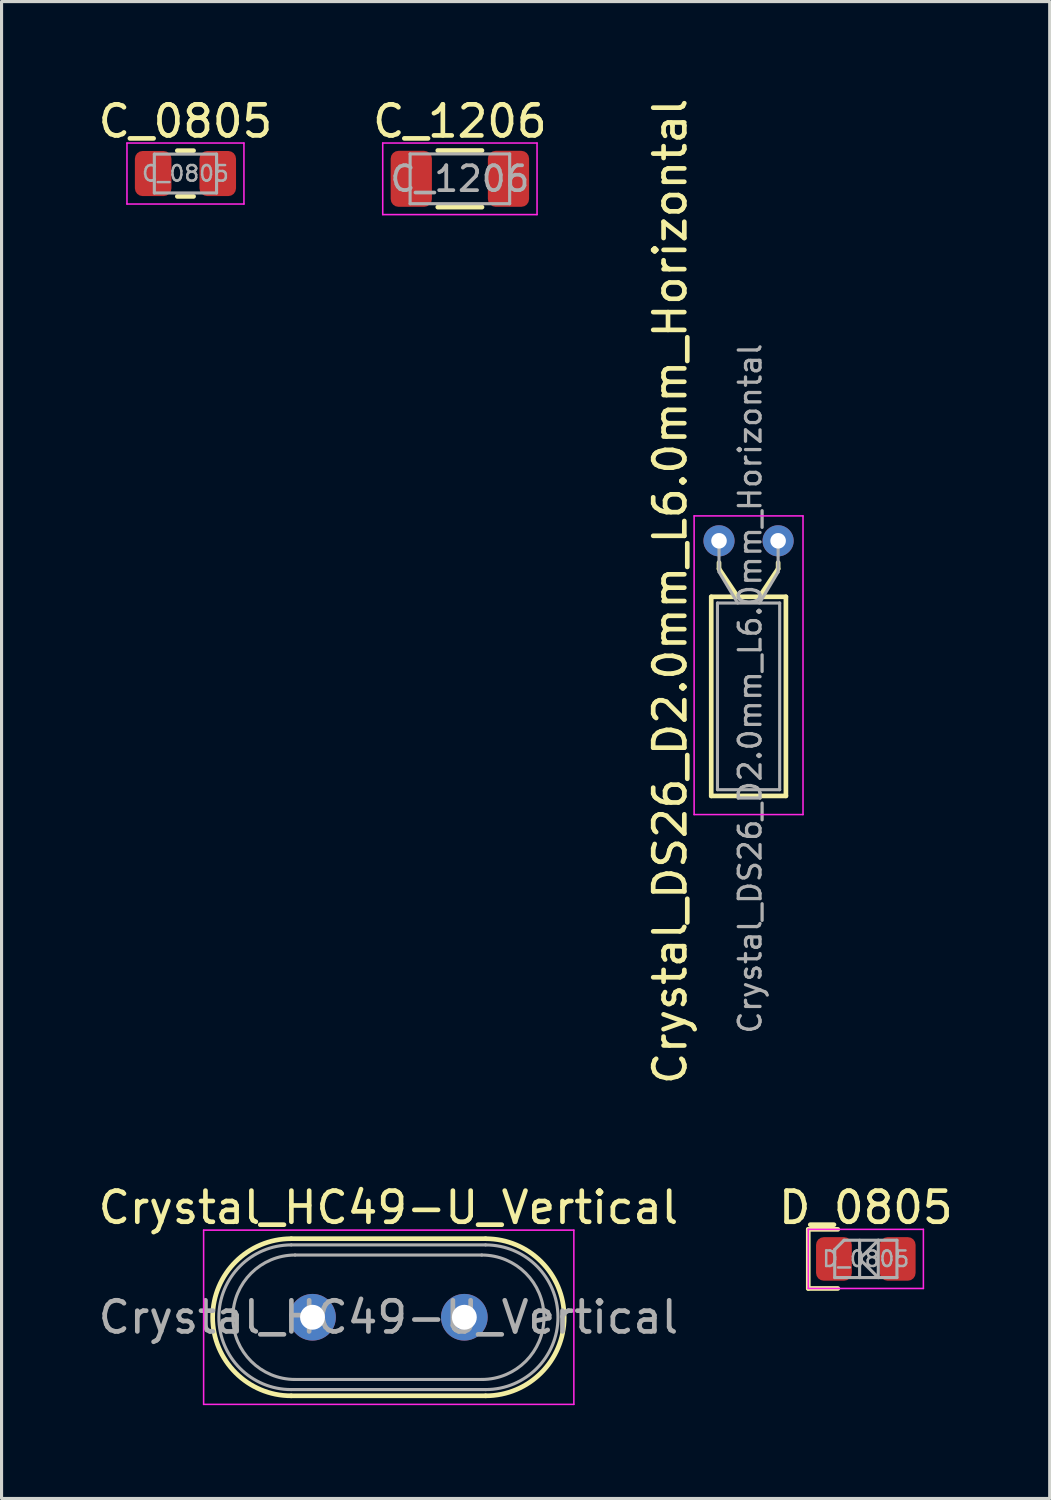
<source format=kicad_pcb>
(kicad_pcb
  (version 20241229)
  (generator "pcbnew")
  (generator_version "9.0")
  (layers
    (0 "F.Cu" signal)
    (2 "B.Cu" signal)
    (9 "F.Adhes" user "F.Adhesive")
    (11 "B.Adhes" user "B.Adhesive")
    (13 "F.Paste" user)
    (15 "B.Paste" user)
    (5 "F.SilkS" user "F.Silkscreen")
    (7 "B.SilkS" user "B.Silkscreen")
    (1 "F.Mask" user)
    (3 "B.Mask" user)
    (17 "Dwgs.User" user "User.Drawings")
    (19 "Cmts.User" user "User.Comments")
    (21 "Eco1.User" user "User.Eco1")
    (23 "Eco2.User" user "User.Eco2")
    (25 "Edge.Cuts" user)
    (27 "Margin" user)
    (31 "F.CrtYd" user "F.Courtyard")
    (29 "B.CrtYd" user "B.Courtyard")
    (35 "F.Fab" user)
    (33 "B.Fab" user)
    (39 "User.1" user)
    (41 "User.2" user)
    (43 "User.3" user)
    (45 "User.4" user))
  (footprint "D_0805"
    (layer "F.Cu")
    (at 24.78 37.415)
    (property "Reference" "D_0805" (at 0 -1.65 0) (layer "F.SilkS") (effects (font (size 1 1) (thickness 0.15))))
    (attr smd)
    (fp_line (start -1.85 -0.95) (end -1.85 0.95) (stroke (width 0.15) (type default)) (layer "F.SilkS"))
    (fp_line (start -1.85 -0.95) (end -0.9 -0.95) (stroke (width 0.15) (type default)) (layer "F.SilkS"))
    (fp_line (start -1.85 0.95) (end -0.9 0.95) (stroke (width 0.15) (type default)) (layer "F.SilkS"))
    (fp_line (start -1.85 -0.95) (end 1.85 -0.95) (stroke (width 0.05) (type solid)) (layer "F.CrtYd"))
    (fp_line (start -1.85 0.95) (end -1.85 -0.95) (stroke (width 0.05) (type solid)) (layer "F.CrtYd"))
    (fp_line (start 1.85 -0.95) (end 1.85 0.95) (stroke (width 0.05) (type solid)) (layer "F.CrtYd"))
    (fp_line (start 1.85 0.95) (end -1.85 0.95) (stroke (width 0.05) (type solid)) (layer "F.CrtYd"))
    (fp_line (start -1 -0.3) (end -1 0.6) (stroke (width 0.1) (type solid)) (layer "F.Fab"))
    (fp_line (start -1 0.6) (end 1 0.6) (stroke (width 0.1) (type solid)) (layer "F.Fab"))
    (fp_line (start -0.7 -0.6) (end -1 -0.3) (stroke (width 0.1) (type solid)) (layer "F.Fab"))
    (fp_line (start -0.2 -0.6) (end -0.2 0.6) (stroke (width 0.1) (type default)) (layer "F.Fab"))
    (fp_line (start -0.2 0) (end 0.4 0.6) (stroke (width 0.1) (type default)) (layer "F.Fab"))
    (fp_line (start 0.4 -0.6) (end -0.2 0) (stroke (width 0.1) (type default)) (layer "F.Fab"))
    (fp_line (start 0.4 0.6) (end 0.4 -0.6) (stroke (width 0.1) (type default)) (layer "F.Fab"))
    (fp_line (start 1 -0.6) (end -0.7 -0.6) (stroke (width 0.1) (type solid)) (layer "F.Fab"))
    (fp_line (start 1 0.6) (end 1 -0.6) (stroke (width 0.1) (type solid)) (layer "F.Fab"))
    (fp_text user "${REFERENCE}" (at 0 0 0) (layer "F.Fab") (effects (font (size 0.5 0.5) (thickness 0.08))))
    (pad "1" smd roundrect (at -1.025 0) (size 1.15 1.4) (layers "F.Cu" "F.Mask" "F.Paste") (roundrect_rratio 0.217))
    (pad "2" smd roundrect (at 1.025 0) (size 1.15 1.4) (layers "F.Cu" "F.Mask" "F.Paste") (roundrect_rratio 0.217)))
  (footprint "C_0805"
    (layer "F.Cu")
    (at 2.911 2.528)
    (property "Reference" "C_0805" (at 0 -1.68 0) (layer "F.SilkS") (effects (font (size 1 1) (thickness 0.15))))
    (attr smd)
    (fp_line (start -0.261 -0.735) (end 0.261 -0.735) (stroke (width 0.15) (type solid)) (layer "F.SilkS"))
    (fp_line (start -0.261 0.735) (end 0.261 0.735) (stroke (width 0.15) (type solid)) (layer "F.SilkS"))
    (fp_line (start -1.88 -0.98) (end 1.88 -0.98) (stroke (width 0.05) (type solid)) (layer "F.CrtYd"))
    (fp_line (start -1.88 0.98) (end -1.88 -0.98) (stroke (width 0.05) (type solid)) (layer "F.CrtYd"))
    (fp_line (start 1.88 -0.98) (end 1.88 0.98) (stroke (width 0.05) (type solid)) (layer "F.CrtYd"))
    (fp_line (start 1.88 0.98) (end -1.88 0.98) (stroke (width 0.05) (type solid)) (layer "F.CrtYd"))
    (fp_line (start -1 -0.625) (end 1 -0.625) (stroke (width 0.1) (type solid)) (layer "F.Fab"))
    (fp_line (start -1 0.625) (end -1 -0.625) (stroke (width 0.1) (type solid)) (layer "F.Fab"))
    (fp_line (start 1 -0.625) (end 1 0.625) (stroke (width 0.1) (type solid)) (layer "F.Fab"))
    (fp_line (start 1 0.625) (end -1 0.625) (stroke (width 0.1) (type solid)) (layer "F.Fab"))
    (fp_text user "${REFERENCE}" (at 0 0 0) (layer "F.Fab") (effects (font (size 0.5 0.5) (thickness 0.08))))
    (pad "1" smd roundrect (at -1.038 0) (size 1.175 1.45) (layers "F.Cu" "F.Mask" "F.Paste") (roundrect_rratio 0.213))
    (pad "2" smd roundrect (at 1.038 0) (size 1.175 1.45) (layers "F.Cu" "F.Mask" "F.Paste") (roundrect_rratio 0.213)))
  (footprint "Crystal_DS26_D2.0mm_L6.0mm_Horizontal"
    (layer "F.Cu")
    (at 21.011 18.333)
    (property "Reference" "Crystal_DS26_D2.0mm_L6.0mm_Horizontal" (at -2.52 -2.375 90) (layer "F.SilkS") (effects (font (size 1 1) (thickness 0.15))))
    (attr through_hole)
    (fp_line (start -1.2 -2.2) (end -1.2 4.2) (stroke (width 0.15) (type solid)) (layer "F.SilkS"))
    (fp_line (start -1.2 4.2) (end 1.2 4.2) (stroke (width 0.15) (type solid)) (layer "F.SilkS"))
    (fp_line (start -0.95 -3.1) (end -0.95 -3.3) (stroke (width 0.15) (type solid)) (layer "F.SilkS"))
    (fp_line (start -0.35 -2.2) (end -0.95 -3.1) (stroke (width 0.15) (type solid)) (layer "F.SilkS"))
    (fp_line (start 0.35 -2.2) (end 0.95 -3.1) (stroke (width 0.15) (type solid)) (layer "F.SilkS"))
    (fp_line (start 0.95 -3.1) (end 0.95 -3.3) (stroke (width 0.15) (type solid)) (layer "F.SilkS"))
    (fp_line (start 1.2 -2.2) (end -1.2 -2.2) (stroke (width 0.15) (type solid)) (layer "F.SilkS"))
    (fp_line (start 1.2 4.2) (end 1.2 -2.2) (stroke (width 0.15) (type solid)) (layer "F.SilkS"))
    (fp_line (start -1.75 -4.8) (end -1.75 4.8) (stroke (width 0.05) (type solid)) (layer "F.CrtYd"))
    (fp_line (start -1.75 4.8) (end 1.75 4.8) (stroke (width 0.05) (type solid)) (layer "F.CrtYd"))
    (fp_line (start 1.75 -4.8) (end -1.75 -4.8) (stroke (width 0.05) (type solid)) (layer "F.CrtYd"))
    (fp_line (start 1.75 4.8) (end 1.75 -4.8) (stroke (width 0.05) (type solid)) (layer "F.CrtYd"))
    (fp_line (start -1 -2) (end -1 4) (stroke (width 0.1) (type solid)) (layer "F.Fab"))
    (fp_line (start -1 4) (end 1 4) (stroke (width 0.1) (type solid)) (layer "F.Fab"))
    (fp_line (start -0.95 -3) (end -0.95 -4) (stroke (width 0.1) (type solid)) (layer "F.Fab"))
    (fp_line (start -0.35 -2) (end -0.95 -3) (stroke (width 0.1) (type solid)) (layer "F.Fab"))
    (fp_line (start 0.35 -2) (end 0.95 -3) (stroke (width 0.1) (type solid)) (layer "F.Fab"))
    (fp_line (start 0.95 -3) (end 0.95 -4) (stroke (width 0.1) (type solid)) (layer "F.Fab"))
    (fp_line (start 1 -2) (end -1 -2) (stroke (width 0.1) (type solid)) (layer "F.Fab"))
    (fp_line (start 1 4) (end 1 -2) (stroke (width 0.1) (type solid)) (layer "F.Fab"))
    (fp_text user "${REFERENCE}" (at 0.05 0.75 90) (layer "F.Fab") (effects (font (size 0.7 0.7) (thickness 0.105))))
    (pad "1" thru_hole circle (at -0.95 -4) (size 1 1) (drill 0.5) (layers "*.Cu" "*.Mask"))
    (pad "2" thru_hole circle (at 0.95 -4) (size 1 1) (drill 0.5) (layers "*.Cu" "*.Mask")))
  (footprint "Crystal_HC49-U_Vertical"
    (layer "F.Cu")
    (at 9.445 39.29)
    (property "Reference" "Crystal_HC49-U_Vertical" (at -0.01 -3.525 0) (layer "F.SilkS") (effects (font (size 1 1) (thickness 0.15))))
    (attr through_hole)
    (fp_line (start -3.135 -2.525) (end 3.115 -2.525) (stroke (width 0.15) (type solid)) (layer "F.SilkS"))
    (fp_line (start -3.135 2.525) (end 3.115 2.525) (stroke (width 0.15) (type solid)) (layer "F.SilkS"))
    (fp_arc (start -3.135 2.525) (mid -5.66 0) (end -3.135 -2.525) (stroke (width 0.15) (type solid)) (layer "F.SilkS"))
    (fp_arc (start 3.115 -2.525) (mid 5.64 0) (end 3.115 2.525) (stroke (width 0.15) (type solid)) (layer "F.SilkS"))
    (fp_line (start -5.95 -2.8) (end -5.95 2.8) (stroke (width 0.05) (type solid)) (layer "F.CrtYd"))
    (fp_line (start -5.95 2.8) (end 5.95 2.8) (stroke (width 0.05) (type solid)) (layer "F.CrtYd"))
    (fp_line (start 5.95 -2.8) (end -5.95 -2.8) (stroke (width 0.05) (type solid)) (layer "F.CrtYd"))
    (fp_line (start 5.95 2.8) (end 5.95 -2.8) (stroke (width 0.05) (type solid)) (layer "F.CrtYd"))
    (fp_line (start -3.135 -2.325) (end 3.115 -2.325) (stroke (width 0.1) (type solid)) (layer "F.Fab"))
    (fp_line (start -3.135 2.325) (end 3.115 2.325) (stroke (width 0.1) (type solid)) (layer "F.Fab"))
    (fp_line (start -3.01 -2) (end 2.99 -2) (stroke (width 0.1) (type solid)) (layer "F.Fab"))
    (fp_line (start -3.01 2) (end 2.99 2) (stroke (width 0.1) (type solid)) (layer "F.Fab"))
    (fp_arc (start -3.135 2.325) (mid -5.46 0) (end -3.135 -2.325) (stroke (width 0.1) (type solid)) (layer "F.Fab"))
    (fp_arc (start -3.01 2) (mid -5.01 0) (end -3.01 -2) (stroke (width 0.1) (type solid)) (layer "F.Fab"))
    (fp_arc (start 2.99 -2) (mid 4.99 0) (end 2.99 2) (stroke (width 0.1) (type solid)) (layer "F.Fab"))
    (fp_arc (start 3.115 -2.325) (mid 5.44 0) (end 3.115 2.325) (stroke (width 0.1) (type solid)) (layer "F.Fab"))
    (fp_text user "${REFERENCE}" (at -0.01 0 0) (layer "F.Fab") (effects (font (size 1 1) (thickness 0.15))))
    (pad "1" thru_hole circle (at -2.45 0) (size 1.5 1.5) (drill 0.8) (layers "*.Cu" "*.Mask"))
    (pad "2" thru_hole circle (at 2.43 0) (size 1.5 1.5) (drill 0.8) (layers "*.Cu" "*.Mask")))
  (footprint "C_1206"
    (layer "F.Cu")
    (at 11.732 2.698)
    (property "Reference" "C_1206" (at 0 -1.85 0) (layer "F.SilkS") (effects (font (size 1 1) (thickness 0.15))))
    (attr smd)
    (fp_line (start -0.711 -0.91) (end 0.711 -0.91) (stroke (width 0.15) (type solid)) (layer "F.SilkS"))
    (fp_line (start -0.711 0.91) (end 0.711 0.91) (stroke (width 0.15) (type solid)) (layer "F.SilkS"))
    (fp_line (start -2.48 -1.15) (end 2.48 -1.15) (stroke (width 0.05) (type solid)) (layer "F.CrtYd"))
    (fp_line (start -2.48 1.15) (end -2.48 -1.15) (stroke (width 0.05) (type solid)) (layer "F.CrtYd"))
    (fp_line (start 2.48 -1.15) (end 2.48 1.15) (stroke (width 0.05) (type solid)) (layer "F.CrtYd"))
    (fp_line (start 2.48 1.15) (end -2.48 1.15) (stroke (width 0.05) (type solid)) (layer "F.CrtYd"))
    (fp_line (start -1.6 -0.8) (end 1.6 -0.8) (stroke (width 0.1) (type solid)) (layer "F.Fab"))
    (fp_line (start -1.6 0.8) (end -1.6 -0.8) (stroke (width 0.1) (type solid)) (layer "F.Fab"))
    (fp_line (start 1.6 -0.8) (end 1.6 0.8) (stroke (width 0.1) (type solid)) (layer "F.Fab"))
    (fp_line (start 1.6 0.8) (end -1.6 0.8) (stroke (width 0.1) (type solid)) (layer "F.Fab"))
    (fp_text user "${REFERENCE}" (at 0 0 0) (layer "F.Fab") (effects (font (size 0.8 0.8) (thickness 0.12))))
    (pad "1" smd roundrect (at -1.562 0) (size 1.325 1.8) (layers "F.Cu" "F.Mask" "F.Paste") (roundrect_rratio 0.189))
    (pad "2" smd roundrect (at 1.562 0) (size 1.325 1.8) (layers "F.Cu" "F.Mask" "F.Paste") (roundrect_rratio 0.189)))
  (gr_rect
    (start -3 -3)
    (end 30.69 45.115)
    (stroke (width 0.1) (type default))
    (fill no)
    (layer "Edge.Cuts")))
</source>
